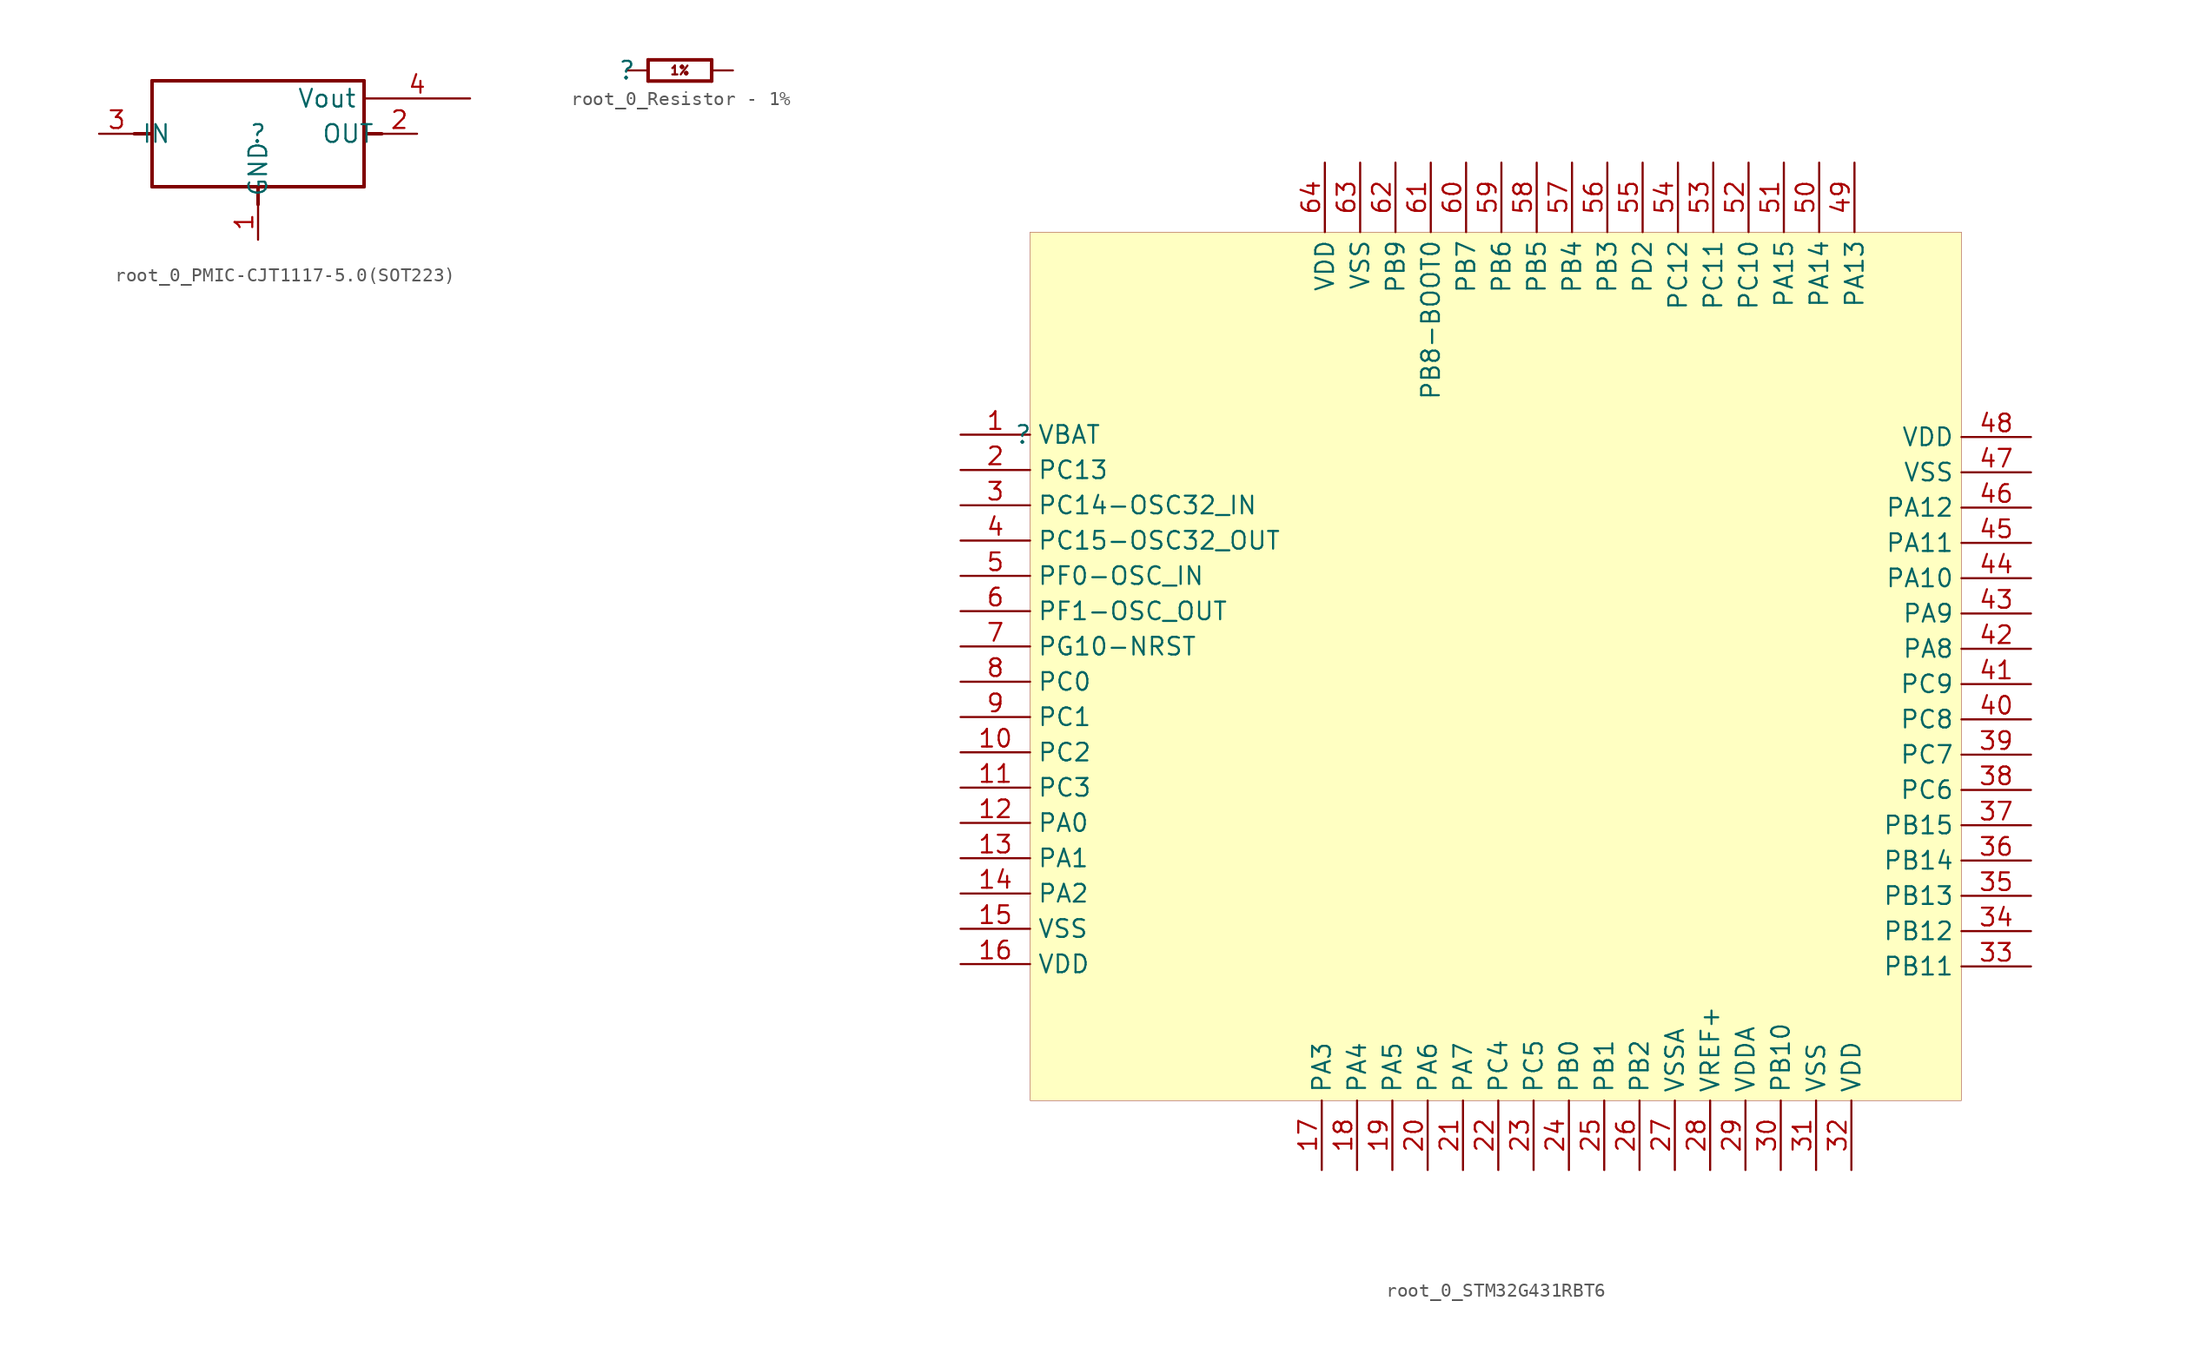
<source format=kicad_sym>
(kicad_symbol_lib
  (version 20231120)
  (generator "kicad_symbol_editor")
  (generator_version "8.0")
  (symbol "root_0_PMIC-CJT1117-5.0(SOT223)"
    (property "Reference" ""
      (at 0 0 0)
      (effects (font (size 1.27 1.27))))
    (property "Value" ""
      (at 0 0 0)
      (effects (font (size 1.27 1.27))))
    (symbol "root_0_PMIC-CJT1117-5.0(SOT223)_1_0"
      (polyline (pts (xy -7.62 -3.81) (xy 0 -3.81)) (stroke (width 0.254) (type solid) (color 128 0 0 1)) (fill (type none)))
      (polyline (pts (xy -7.62 0) (xy -8.89 0)) (stroke (width 0.254) (type solid) (color 128 0 0 1)) (fill (type none)))
      (polyline (pts (xy -7.62 0) (xy -7.62 -3.81)) (stroke (width 0.254) (type solid) (color 128 0 0 1)) (fill (type none)))
      (polyline (pts (xy -7.62 3.81) (xy -7.62 0)) (stroke (width 0.254) (type solid) (color 128 0 0 1)) (fill (type none)))
      (polyline (pts (xy 0 -3.81) (xy 0 -5.08)) (stroke (width 0.254) (type solid) (color 128 0 0 1)) (fill (type none)))
      (polyline (pts (xy 0 -3.81) (xy 7.62 -3.81)) (stroke (width 0.254) (type solid) (color 128 0 0 1)) (fill (type none)))
      (polyline (pts (xy 7.62 -3.81) (xy 7.62 0)) (stroke (width 0.254) (type solid) (color 128 0 0 1)) (fill (type none)))
      (polyline (pts (xy 7.62 0) (xy 7.62 3.81)) (stroke (width 0.254) (type solid) (color 128 0 0 1)) (fill (type none)))
      (polyline (pts (xy 7.62 3.81) (xy -7.62 3.81)) (stroke (width 0.254) (type solid) (color 128 0 0 1)) (fill (type none)))
      (polyline (pts (xy 8.89 0) (xy 7.62 0)) (stroke (width 0.254) (type solid) (color 128 0 0 1)) (fill (type none)))
      (pin passive line (at 0 -7.62 90) (length 2.54) (name "GND" (effects (font (size 1.27 1.27)))) (number "1" (effects (font (size 1.27 1.27)))))
      (pin passive line (at 11.43 0 180) (length 2.54) (name "OUT" (effects (font (size 1.27 1.27)))) (number "2" (effects (font (size 1.27 1.27)))))
      (pin passive line (at -11.43 0 0) (length 2.54) (name "IN" (effects (font (size 1.27 1.27)))) (number "3" (effects (font (size 1.27 1.27)))))
      (pin output line (at 15.24 2.54 180) (length 7.62) (name "Vout" (effects (font (size 1.27 1.27)))) (number "4" (effects (font (size 1.27 1.27)))))))
  (symbol "root_0_Resistor - 1%"
    (property "Reference" ""
      (at 0 0 0)
      (effects (font (size 1.27 1.27))))
    (property "Value" ""
      (at 0 0 0)
      (effects (font (size 1.27 1.27))))
    (symbol "root_0_Resistor - 1%_1_0"
      (polyline (pts (xy 1.524 -0.762) (xy 6.096 -0.762)) (stroke (width 0.254) (type solid)) (fill (type none)))
      (polyline (pts (xy 1.524 0.762) (xy 1.524 -0.762)) (stroke (width 0.254) (type solid)) (fill (type none)))
      (polyline (pts (xy 6.096 -0.762) (xy 6.096 0.762)) (stroke (width 0.254) (type solid)) (fill (type none)))
      (polyline (pts (xy 6.096 0.762) (xy 1.524 0.762)) (stroke (width 0.254) (type solid)) (fill (type none)))
      (text "1%" (at 3.81 0 0) (effects (font (size 0.635 0.635))))
      (pin passive line (at 0 0 0) (length 1.524) (name "1" (effects (font (size 0 0)))) (number "1" (effects (font (size 0 0)))))
      (pin passive line (at 7.62 0 180) (length 1.524) (name "2" (effects (font (size 0 0)))) (number "2" (effects (font (size 0 0)))))))
  (symbol "root_0_STM32G431RBT6"
    (property "Reference" ""
      (at 0 0 0)
      (effects (font (size 1.27 1.27))))
    (property "Value" ""
      (at 0 0 0)
      (effects (font (size 1.27 1.27))))
    (symbol "root_0_STM32G431RBT6_1_0"
      (rectangle (start 67.5 14.579) (end 0.5 -47.92) (stroke (width 0.025) (type solid) (color 128 0 0 1)) (fill (type background)))
      (pin passive line (at -4.5 0 0) (length 5) (name "VBAT" (effects (font (size 1.27 1.27)))) (number "1" (effects (font (size 1.27 1.27)))))
      (pin passive line (at -4.5 -22.86 0) (length 5) (name "PC2" (effects (font (size 1.27 1.27)))) (number "10" (effects (font (size 1.27 1.27)))))
      (pin passive line (at -4.5 -25.4 0) (length 5) (name "PC3" (effects (font (size 1.27 1.27)))) (number "11" (effects (font (size 1.27 1.27)))))
      (pin passive line (at -4.5 -27.94 0) (length 5) (name "PA0" (effects (font (size 1.27 1.27)))) (number "12" (effects (font (size 1.27 1.27)))))
      (pin passive line (at -4.5 -30.48 0) (length 5) (name "PA1" (effects (font (size 1.27 1.27)))) (number "13" (effects (font (size 1.27 1.27)))))
      (pin passive line (at -4.5 -33.02 0) (length 5) (name "PA2" (effects (font (size 1.27 1.27)))) (number "14" (effects (font (size 1.27 1.27)))))
      (pin passive line (at -4.5 -35.56 0) (length 5) (name "VSS" (effects (font (size 1.27 1.27)))) (number "15" (effects (font (size 1.27 1.27)))))
      (pin passive line (at -4.5 -38.1 0) (length 5) (name "VDD" (effects (font (size 1.27 1.27)))) (number "16" (effects (font (size 1.27 1.27)))))
      (pin passive line (at 21.481 -52.92 90) (length 5) (name "PA3" (effects (font (size 1.27 1.27)))) (number "17" (effects (font (size 1.27 1.27)))))
      (pin passive line (at 24.021 -52.92 90) (length 5) (name "PA4" (effects (font (size 1.27 1.27)))) (number "18" (effects (font (size 1.27 1.27)))))
      (pin passive line (at 26.561 -52.92 90) (length 5) (name "PA5" (effects (font (size 1.27 1.27)))) (number "19" (effects (font (size 1.27 1.27)))))
      (pin passive line (at -4.5 -2.54 0) (length 5) (name "PC13" (effects (font (size 1.27 1.27)))) (number "2" (effects (font (size 1.27 1.27)))))
      (pin passive line (at 29.101 -52.92 90) (length 5) (name "PA6" (effects (font (size 1.27 1.27)))) (number "20" (effects (font (size 1.27 1.27)))))
      (pin passive line (at 31.641 -52.92 90) (length 5) (name "PA7" (effects (font (size 1.27 1.27)))) (number "21" (effects (font (size 1.27 1.27)))))
      (pin passive line (at 34.181 -52.92 90) (length 5) (name "PC4" (effects (font (size 1.27 1.27)))) (number "22" (effects (font (size 1.27 1.27)))))
      (pin passive line (at 36.721 -52.92 90) (length 5) (name "PC5" (effects (font (size 1.27 1.27)))) (number "23" (effects (font (size 1.27 1.27)))))
      (pin passive line (at 39.261 -52.92 90) (length 5) (name "PB0" (effects (font (size 1.27 1.27)))) (number "24" (effects (font (size 1.27 1.27)))))
      (pin passive line (at 41.801 -52.92 90) (length 5) (name "PB1" (effects (font (size 1.27 1.27)))) (number "25" (effects (font (size 1.27 1.27)))))
      (pin passive line (at 44.341 -52.92 90) (length 5) (name "PB2" (effects (font (size 1.27 1.27)))) (number "26" (effects (font (size 1.27 1.27)))))
      (pin passive line (at 46.881 -52.92 90) (length 5) (name "VSSA" (effects (font (size 1.27 1.27)))) (number "27" (effects (font (size 1.27 1.27)))))
      (pin passive line (at 49.421 -52.92 90) (length 5) (name "VREF+" (effects (font (size 1.27 1.27)))) (number "28" (effects (font (size 1.27 1.27)))))
      (pin passive line (at 51.961 -52.92 90) (length 5) (name "VDDA" (effects (font (size 1.27 1.27)))) (number "29" (effects (font (size 1.27 1.27)))))
      (pin passive line (at -4.5 -5.08 0) (length 5) (name "PC14-OSC32_IN" (effects (font (size 1.27 1.27)))) (number "3" (effects (font (size 1.27 1.27)))))
      (pin passive line (at 54.501 -52.92 90) (length 5) (name "PB10" (effects (font (size 1.27 1.27)))) (number "30" (effects (font (size 1.27 1.27)))))
      (pin passive line (at 57.041 -52.92 90) (length 5) (name "VSS" (effects (font (size 1.27 1.27)))) (number "31" (effects (font (size 1.27 1.27)))))
      (pin passive line (at 59.581 -52.92 90) (length 5) (name "VDD" (effects (font (size 1.27 1.27)))) (number "32" (effects (font (size 1.27 1.27)))))
      (pin passive line (at 72.5 -38.268 180) (length 5) (name "PB11" (effects (font (size 1.27 1.27)))) (number "33" (effects (font (size 1.27 1.27)))))
      (pin passive line (at 72.5 -35.728 180) (length 5) (name "PB12" (effects (font (size 1.27 1.27)))) (number "34" (effects (font (size 1.27 1.27)))))
      (pin passive line (at 72.5 -33.188 180) (length 5) (name "PB13" (effects (font (size 1.27 1.27)))) (number "35" (effects (font (size 1.27 1.27)))))
      (pin passive line (at 72.5 -30.648 180) (length 5) (name "PB14" (effects (font (size 1.27 1.27)))) (number "36" (effects (font (size 1.27 1.27)))))
      (pin passive line (at 72.5 -28.108 180) (length 5) (name "PB15" (effects (font (size 1.27 1.27)))) (number "37" (effects (font (size 1.27 1.27)))))
      (pin passive line (at 72.5 -25.568 180) (length 5) (name "PC6" (effects (font (size 1.27 1.27)))) (number "38" (effects (font (size 1.27 1.27)))))
      (pin passive line (at 72.5 -23.028 180) (length 5) (name "PC7" (effects (font (size 1.27 1.27)))) (number "39" (effects (font (size 1.27 1.27)))))
      (pin passive line (at -4.5 -7.62 0) (length 5) (name "PC15-OSC32_OUT" (effects (font (size 1.27 1.27)))) (number "4" (effects (font (size 1.27 1.27)))))
      (pin passive line (at 72.5 -20.488 180) (length 5) (name "PC8" (effects (font (size 1.27 1.27)))) (number "40" (effects (font (size 1.27 1.27)))))
      (pin passive line (at 72.5 -17.948 180) (length 5) (name "PC9" (effects (font (size 1.27 1.27)))) (number "41" (effects (font (size 1.27 1.27)))))
      (pin passive line (at 72.5 -15.408 180) (length 5) (name "PA8" (effects (font (size 1.27 1.27)))) (number "42" (effects (font (size 1.27 1.27)))))
      (pin passive line (at 72.5 -12.868 180) (length 5) (name "PA9" (effects (font (size 1.27 1.27)))) (number "43" (effects (font (size 1.27 1.27)))))
      (pin passive line (at 72.5 -10.328 180) (length 5) (name "PA10" (effects (font (size 1.27 1.27)))) (number "44" (effects (font (size 1.27 1.27)))))
      (pin passive line (at 72.5 -7.788 180) (length 5) (name "PA11" (effects (font (size 1.27 1.27)))) (number "45" (effects (font (size 1.27 1.27)))))
      (pin passive line (at 72.5 -5.248 180) (length 5) (name "PA12" (effects (font (size 1.27 1.27)))) (number "46" (effects (font (size 1.27 1.27)))))
      (pin passive line (at 72.5 -2.708 180) (length 5) (name "VSS" (effects (font (size 1.27 1.27)))) (number "47" (effects (font (size 1.27 1.27)))))
      (pin passive line (at 72.5 -0.168 180) (length 5) (name "VDD" (effects (font (size 1.27 1.27)))) (number "48" (effects (font (size 1.27 1.27)))))
      (pin passive line (at 59.804 19.579 270) (length 5) (name "PA13" (effects (font (size 1.27 1.27)))) (number "49" (effects (font (size 1.27 1.27)))))
      (pin passive line (at -4.5 -10.16 0) (length 5) (name "PF0-OSC_IN" (effects (font (size 1.27 1.27)))) (number "5" (effects (font (size 1.27 1.27)))))
      (pin passive line (at 57.264 19.579 270) (length 5) (name "PA14" (effects (font (size 1.27 1.27)))) (number "50" (effects (font (size 1.27 1.27)))))
      (pin passive line (at 54.724 19.579 270) (length 5) (name "PA15" (effects (font (size 1.27 1.27)))) (number "51" (effects (font (size 1.27 1.27)))))
      (pin passive line (at 52.184 19.579 270) (length 5) (name "PC10" (effects (font (size 1.27 1.27)))) (number "52" (effects (font (size 1.27 1.27)))))
      (pin passive line (at 49.644 19.579 270) (length 5) (name "PC11" (effects (font (size 1.27 1.27)))) (number "53" (effects (font (size 1.27 1.27)))))
      (pin passive line (at 47.104 19.579 270) (length 5) (name "PC12" (effects (font (size 1.27 1.27)))) (number "54" (effects (font (size 1.27 1.27)))))
      (pin passive line (at 44.564 19.579 270) (length 5) (name "PD2" (effects (font (size 1.27 1.27)))) (number "55" (effects (font (size 1.27 1.27)))))
      (pin passive line (at 42.024 19.579 270) (length 5) (name "PB3" (effects (font (size 1.27 1.27)))) (number "56" (effects (font (size 1.27 1.27)))))
      (pin passive line (at 39.484 19.579 270) (length 5) (name "PB4" (effects (font (size 1.27 1.27)))) (number "57" (effects (font (size 1.27 1.27)))))
      (pin passive line (at 36.944 19.579 270) (length 5) (name "PB5" (effects (font (size 1.27 1.27)))) (number "58" (effects (font (size 1.27 1.27)))))
      (pin passive line (at 34.404 19.579 270) (length 5) (name "PB6" (effects (font (size 1.27 1.27)))) (number "59" (effects (font (size 1.27 1.27)))))
      (pin passive line (at -4.5 -12.7 0) (length 5) (name "PF1-OSC_OUT" (effects (font (size 1.27 1.27)))) (number "6" (effects (font (size 1.27 1.27)))))
      (pin passive line (at 31.864 19.579 270) (length 5) (name "PB7" (effects (font (size 1.27 1.27)))) (number "60" (effects (font (size 1.27 1.27)))))
      (pin passive line (at 29.324 19.579 270) (length 5) (name "PB8-BOOT0" (effects (font (size 1.27 1.27)))) (number "61" (effects (font (size 1.27 1.27)))))
      (pin passive line (at 26.784 19.579 270) (length 5) (name "PB9" (effects (font (size 1.27 1.27)))) (number "62" (effects (font (size 1.27 1.27)))))
      (pin passive line (at 24.244 19.579 270) (length 5) (name "VSS" (effects (font (size 1.27 1.27)))) (number "63" (effects (font (size 1.27 1.27)))))
      (pin passive line (at 21.704 19.579 270) (length 5) (name "VDD" (effects (font (size 1.27 1.27)))) (number "64" (effects (font (size 1.27 1.27)))))
      (pin passive line (at -4.5 -15.24 0) (length 5) (name "PG10-NRST" (effects (font (size 1.27 1.27)))) (number "7" (effects (font (size 1.27 1.27)))))
      (pin passive line (at -4.5 -17.78 0) (length 5) (name "PC0" (effects (font (size 1.27 1.27)))) (number "8" (effects (font (size 1.27 1.27)))))
      (pin passive line (at -4.5 -20.32 0) (length 5) (name "PC1" (effects (font (size 1.27 1.27)))) (number "9" (effects (font (size 1.27 1.27))))))))
</source>
